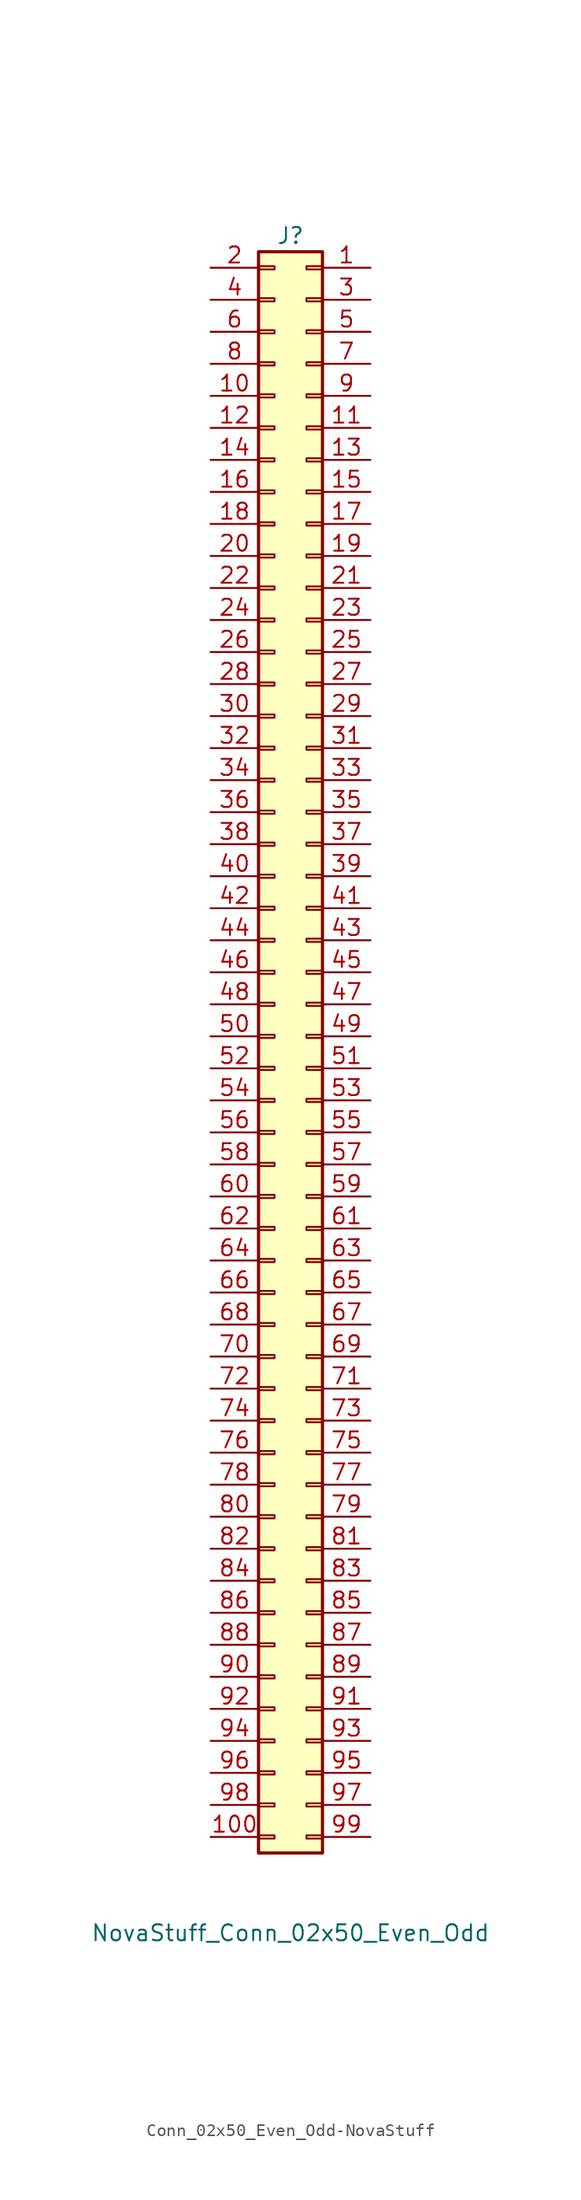
<source format=kicad_sym>
(kicad_symbol_lib
  (version 20220914)
  (generator kicad_symbol_editor)
  (symbol "Conn_02x50_Even_Odd-NovaStuff"
    (pin_names
      (offset 1.016) hide)
    (property "Reference" "J"
      (at 0 50.8 0)
      (effects (font (size 1.27 1.27))))
    (property "Value" "NovaStuff_Conn_02x50_Even_Odd"
      (at 0 -83.82 0)
      (effects (font (size 1.27 1.27))))
    (symbol "Conn_02x50_Even_Odd-NovaStuff_1_1"
      (rectangle (start -2.54 -76.073) (end -1.27 -76.327) (stroke (width 0.152) (type solid)) (fill (type none)))
      (rectangle (start -2.54 -73.533) (end -1.27 -73.787) (stroke (width 0.152) (type solid)) (fill (type none)))
      (rectangle (start -2.54 -70.993) (end -1.27 -71.247) (stroke (width 0.152) (type solid)) (fill (type none)))
      (rectangle (start -2.54 -68.453) (end -1.27 -68.707) (stroke (width 0.152) (type solid)) (fill (type none)))
      (rectangle (start -2.54 -65.913) (end -1.27 -66.167) (stroke (width 0.152) (type solid)) (fill (type none)))
      (rectangle (start -2.54 -63.373) (end -1.27 -63.627) (stroke (width 0.152) (type solid)) (fill (type none)))
      (rectangle (start -2.54 -60.833) (end -1.27 -61.087) (stroke (width 0.152) (type solid)) (fill (type none)))
      (rectangle (start -2.54 -58.293) (end -1.27 -58.547) (stroke (width 0.152) (type solid)) (fill (type none)))
      (rectangle (start -2.54 -55.753) (end -1.27 -56.007) (stroke (width 0.152) (type solid)) (fill (type none)))
      (rectangle (start -2.54 -53.213) (end -1.27 -53.467) (stroke (width 0.152) (type solid)) (fill (type none)))
      (rectangle (start -2.54 -50.673) (end -1.27 -50.927) (stroke (width 0.152) (type solid)) (fill (type none)))
      (rectangle (start -2.54 -48.133) (end -1.27 -48.387) (stroke (width 0.152) (type solid)) (fill (type none)))
      (rectangle (start -2.54 -45.593) (end -1.27 -45.847) (stroke (width 0.152) (type solid)) (fill (type none)))
      (rectangle (start -2.54 -43.053) (end -1.27 -43.307) (stroke (width 0.152) (type solid)) (fill (type none)))
      (rectangle (start -2.54 -40.513) (end -1.27 -40.767) (stroke (width 0.152) (type solid)) (fill (type none)))
      (rectangle (start -2.54 -37.973) (end -1.27 -38.227) (stroke (width 0.152) (type solid)) (fill (type none)))
      (rectangle (start -2.54 -35.433) (end -1.27 -35.687) (stroke (width 0.152) (type solid)) (fill (type none)))
      (rectangle (start -2.54 -32.893) (end -1.27 -33.147) (stroke (width 0.152) (type solid)) (fill (type none)))
      (rectangle (start -2.54 -30.353) (end -1.27 -30.607) (stroke (width 0.152) (type solid)) (fill (type none)))
      (rectangle (start -2.54 -27.813) (end -1.27 -28.067) (stroke (width 0.152) (type solid)) (fill (type none)))
      (rectangle (start -2.54 -25.273) (end -1.27 -25.527) (stroke (width 0.152) (type solid)) (fill (type none)))
      (rectangle (start -2.54 -22.733) (end -1.27 -22.987) (stroke (width 0.152) (type solid)) (fill (type none)))
      (rectangle (start -2.54 -20.193) (end -1.27 -20.447) (stroke (width 0.152) (type solid)) (fill (type none)))
      (rectangle (start -2.54 -17.653) (end -1.27 -17.907) (stroke (width 0.152) (type solid)) (fill (type none)))
      (rectangle (start -2.54 -15.113) (end -1.27 -15.367) (stroke (width 0.152) (type solid)) (fill (type none)))
      (rectangle (start -2.54 -12.573) (end -1.27 -12.827) (stroke (width 0.152) (type solid)) (fill (type none)))
      (rectangle (start -2.54 -10.033) (end -1.27 -10.287) (stroke (width 0.152) (type solid)) (fill (type none)))
      (rectangle (start -2.54 -7.493) (end -1.27 -7.747) (stroke (width 0.152) (type solid)) (fill (type none)))
      (rectangle (start -2.54 -4.953) (end -1.27 -5.207) (stroke (width 0.152) (type solid)) (fill (type none)))
      (rectangle (start -2.54 -2.413) (end -1.27 -2.667) (stroke (width 0.152) (type solid)) (fill (type none)))
      (rectangle (start -2.54 0.127) (end -1.27 -0.127) (stroke (width 0.152) (type solid)) (fill (type none)))
      (rectangle (start -2.54 2.667) (end -1.27 2.413) (stroke (width 0.152) (type solid)) (fill (type none)))
      (rectangle (start -2.54 5.207) (end -1.27 4.953) (stroke (width 0.152) (type solid)) (fill (type none)))
      (rectangle (start -2.54 7.747) (end -1.27 7.493) (stroke (width 0.152) (type solid)) (fill (type none)))
      (rectangle (start -2.54 10.287) (end -1.27 10.033) (stroke (width 0.152) (type solid)) (fill (type none)))
      (rectangle (start -2.54 12.827) (end -1.27 12.573) (stroke (width 0.152) (type solid)) (fill (type none)))
      (rectangle (start -2.54 15.367) (end -1.27 15.113) (stroke (width 0.152) (type solid)) (fill (type none)))
      (rectangle (start -2.54 17.907) (end -1.27 17.653) (stroke (width 0.152) (type solid)) (fill (type none)))
      (rectangle (start -2.54 20.447) (end -1.27 20.193) (stroke (width 0.152) (type solid)) (fill (type none)))
      (rectangle (start -2.54 22.987) (end -1.27 22.733) (stroke (width 0.152) (type solid)) (fill (type none)))
      (rectangle (start -2.54 25.527) (end -1.27 25.273) (stroke (width 0.152) (type solid)) (fill (type none)))
      (rectangle (start -2.54 28.067) (end -1.27 27.813) (stroke (width 0.152) (type solid)) (fill (type none)))
      (rectangle (start -2.54 30.607) (end -1.27 30.353) (stroke (width 0.152) (type solid)) (fill (type none)))
      (rectangle (start -2.54 33.147) (end -1.27 32.893) (stroke (width 0.152) (type solid)) (fill (type none)))
      (rectangle (start -2.54 35.687) (end -1.27 35.433) (stroke (width 0.152) (type solid)) (fill (type none)))
      (rectangle (start -2.54 38.227) (end -1.27 37.973) (stroke (width 0.152) (type solid)) (fill (type none)))
      (rectangle (start -2.54 40.767) (end -1.27 40.513) (stroke (width 0.152) (type solid)) (fill (type none)))
      (rectangle (start -2.54 43.307) (end -1.27 43.053) (stroke (width 0.152) (type solid)) (fill (type none)))
      (rectangle (start -2.54 45.847) (end -1.27 45.593) (stroke (width 0.152) (type solid)) (fill (type none)))
      (rectangle (start -2.54 48.387) (end -1.27 48.133) (stroke (width 0.152) (type solid)) (fill (type none)))
      (rectangle (start 2.54 -76.073) (end 1.27 -76.327) (stroke (width 0.152) (type solid)) (fill (type none)))
      (rectangle (start 2.54 -73.533) (end 1.27 -73.787) (stroke (width 0.152) (type solid)) (fill (type none)))
      (rectangle (start 2.54 -70.993) (end 1.27 -71.247) (stroke (width 0.152) (type solid)) (fill (type none)))
      (rectangle (start 2.54 -68.453) (end 1.27 -68.707) (stroke (width 0.152) (type solid)) (fill (type none)))
      (rectangle (start 2.54 -65.913) (end 1.27 -66.167) (stroke (width 0.152) (type solid)) (fill (type none)))
      (rectangle (start 2.54 -63.373) (end 1.27 -63.627) (stroke (width 0.152) (type solid)) (fill (type none)))
      (rectangle (start 2.54 -60.833) (end 1.27 -61.087) (stroke (width 0.152) (type solid)) (fill (type none)))
      (rectangle (start 2.54 -58.293) (end 1.27 -58.547) (stroke (width 0.152) (type solid)) (fill (type none)))
      (rectangle (start 2.54 -55.753) (end 1.27 -56.007) (stroke (width 0.152) (type solid)) (fill (type none)))
      (rectangle (start 2.54 -53.213) (end 1.27 -53.467) (stroke (width 0.152) (type solid)) (fill (type none)))
      (rectangle (start 2.54 -50.673) (end 1.27 -50.927) (stroke (width 0.152) (type solid)) (fill (type none)))
      (rectangle (start 2.54 -48.133) (end 1.27 -48.387) (stroke (width 0.152) (type solid)) (fill (type none)))
      (rectangle (start 2.54 -45.593) (end 1.27 -45.847) (stroke (width 0.152) (type solid)) (fill (type none)))
      (rectangle (start 2.54 -43.053) (end 1.27 -43.307) (stroke (width 0.152) (type solid)) (fill (type none)))
      (rectangle (start 2.54 -40.513) (end 1.27 -40.767) (stroke (width 0.152) (type solid)) (fill (type none)))
      (rectangle (start 2.54 -37.973) (end 1.27 -38.227) (stroke (width 0.152) (type solid)) (fill (type none)))
      (rectangle (start 2.54 -35.433) (end 1.27 -35.687) (stroke (width 0.152) (type solid)) (fill (type none)))
      (rectangle (start 2.54 -32.893) (end 1.27 -33.147) (stroke (width 0.152) (type solid)) (fill (type none)))
      (rectangle (start 2.54 -30.353) (end 1.27 -30.607) (stroke (width 0.152) (type solid)) (fill (type none)))
      (rectangle (start 2.54 -27.813) (end 1.27 -28.067) (stroke (width 0.152) (type solid)) (fill (type none)))
      (rectangle (start 2.54 -25.273) (end 1.27 -25.527) (stroke (width 0.152) (type solid)) (fill (type none)))
      (rectangle (start 2.54 -22.733) (end 1.27 -22.987) (stroke (width 0.152) (type solid)) (fill (type none)))
      (rectangle (start 2.54 -20.193) (end 1.27 -20.447) (stroke (width 0.152) (type solid)) (fill (type none)))
      (rectangle (start 2.54 -17.653) (end 1.27 -17.907) (stroke (width 0.152) (type solid)) (fill (type none)))
      (rectangle (start 2.54 -15.113) (end 1.27 -15.367) (stroke (width 0.152) (type solid)) (fill (type none)))
      (rectangle (start 2.54 -12.573) (end 1.27 -12.827) (stroke (width 0.152) (type solid)) (fill (type none)))
      (rectangle (start 2.54 -10.033) (end 1.27 -10.287) (stroke (width 0.152) (type solid)) (fill (type none)))
      (rectangle (start 2.54 -7.493) (end 1.27 -7.747) (stroke (width 0.152) (type solid)) (fill (type none)))
      (rectangle (start 2.54 -4.953) (end 1.27 -5.207) (stroke (width 0.152) (type solid)) (fill (type none)))
      (rectangle (start 2.54 -2.413) (end 1.27 -2.667) (stroke (width 0.152) (type solid)) (fill (type none)))
      (rectangle (start 2.54 0.127) (end 1.27 -0.127) (stroke (width 0.152) (type solid)) (fill (type none)))
      (rectangle (start 2.54 2.667) (end 1.27 2.413) (stroke (width 0.152) (type solid)) (fill (type none)))
      (rectangle (start 2.54 5.207) (end 1.27 4.953) (stroke (width 0.152) (type solid)) (fill (type none)))
      (rectangle (start 2.54 7.747) (end 1.27 7.493) (stroke (width 0.152) (type solid)) (fill (type none)))
      (rectangle (start 2.54 10.287) (end 1.27 10.033) (stroke (width 0.152) (type solid)) (fill (type none)))
      (rectangle (start 2.54 12.827) (end 1.27 12.573) (stroke (width 0.152) (type solid)) (fill (type none)))
      (rectangle (start 2.54 15.367) (end 1.27 15.113) (stroke (width 0.152) (type solid)) (fill (type none)))
      (rectangle (start 2.54 17.907) (end 1.27 17.653) (stroke (width 0.152) (type solid)) (fill (type none)))
      (rectangle (start 2.54 20.447) (end 1.27 20.193) (stroke (width 0.152) (type solid)) (fill (type none)))
      (rectangle (start 2.54 22.987) (end 1.27 22.733) (stroke (width 0.152) (type solid)) (fill (type none)))
      (rectangle (start 2.54 25.527) (end 1.27 25.273) (stroke (width 0.152) (type solid)) (fill (type none)))
      (rectangle (start 2.54 28.067) (end 1.27 27.813) (stroke (width 0.152) (type solid)) (fill (type none)))
      (rectangle (start 2.54 30.607) (end 1.27 30.353) (stroke (width 0.152) (type solid)) (fill (type none)))
      (rectangle (start 2.54 33.147) (end 1.27 32.893) (stroke (width 0.152) (type solid)) (fill (type none)))
      (rectangle (start 2.54 35.687) (end 1.27 35.433) (stroke (width 0.152) (type solid)) (fill (type none)))
      (rectangle (start 2.54 38.227) (end 1.27 37.973) (stroke (width 0.152) (type solid)) (fill (type none)))
      (rectangle (start 2.54 40.767) (end 1.27 40.513) (stroke (width 0.152) (type solid)) (fill (type none)))
      (rectangle (start 2.54 43.307) (end 1.27 43.053) (stroke (width 0.152) (type solid)) (fill (type none)))
      (rectangle (start 2.54 45.847) (end 1.27 45.593) (stroke (width 0.152) (type solid)) (fill (type none)))
      (rectangle (start 2.54 48.387) (end 1.27 48.133) (stroke (width 0.152) (type solid)) (fill (type none)))
      (rectangle (start 2.54 49.53) (end -2.54 -77.47) (stroke (width 0.254) (type solid)) (fill (type background)))
      (pin passive line (at 6.35 48.26 180) (length 3.81) (name "Pin_1" (effects (font (size 1.27 1.27)))) (number "1" (effects (font (size 1.27 1.27)))))
      (pin passive line (at -6.35 38.1 0) (length 3.81) (name "Pin_10" (effects (font (size 1.27 1.27)))) (number "10" (effects (font (size 1.27 1.27)))))
      (pin passive line (at -6.35 -76.2 0) (length 3.81) (name "Pin_100" (effects (font (size 1.27 1.27)))) (number "100" (effects (font (size 1.27 1.27)))))
      (pin passive line (at 6.35 35.56 180) (length 3.81) (name "Pin_11" (effects (font (size 1.27 1.27)))) (number "11" (effects (font (size 1.27 1.27)))))
      (pin passive line (at -6.35 35.56 0) (length 3.81) (name "Pin_12" (effects (font (size 1.27 1.27)))) (number "12" (effects (font (size 1.27 1.27)))))
      (pin passive line (at 6.35 33.02 180) (length 3.81) (name "Pin_13" (effects (font (size 1.27 1.27)))) (number "13" (effects (font (size 1.27 1.27)))))
      (pin passive line (at -6.35 33.02 0) (length 3.81) (name "Pin_14" (effects (font (size 1.27 1.27)))) (number "14" (effects (font (size 1.27 1.27)))))
      (pin passive line (at 6.35 30.48 180) (length 3.81) (name "Pin_15" (effects (font (size 1.27 1.27)))) (number "15" (effects (font (size 1.27 1.27)))))
      (pin passive line (at -6.35 30.48 0) (length 3.81) (name "Pin_16" (effects (font (size 1.27 1.27)))) (number "16" (effects (font (size 1.27 1.27)))))
      (pin passive line (at 6.35 27.94 180) (length 3.81) (name "Pin_17" (effects (font (size 1.27 1.27)))) (number "17" (effects (font (size 1.27 1.27)))))
      (pin passive line (at -6.35 27.94 0) (length 3.81) (name "Pin_18" (effects (font (size 1.27 1.27)))) (number "18" (effects (font (size 1.27 1.27)))))
      (pin passive line (at 6.35 25.4 180) (length 3.81) (name "Pin_19" (effects (font (size 1.27 1.27)))) (number "19" (effects (font (size 1.27 1.27)))))
      (pin passive line (at -6.35 48.26 0) (length 3.81) (name "Pin_2" (effects (font (size 1.27 1.27)))) (number "2" (effects (font (size 1.27 1.27)))))
      (pin passive line (at -6.35 25.4 0) (length 3.81) (name "Pin_20" (effects (font (size 1.27 1.27)))) (number "20" (effects (font (size 1.27 1.27)))))
      (pin passive line (at 6.35 22.86 180) (length 3.81) (name "Pin_21" (effects (font (size 1.27 1.27)))) (number "21" (effects (font (size 1.27 1.27)))))
      (pin passive line (at -6.35 22.86 0) (length 3.81) (name "Pin_22" (effects (font (size 1.27 1.27)))) (number "22" (effects (font (size 1.27 1.27)))))
      (pin passive line (at 6.35 20.32 180) (length 3.81) (name "Pin_23" (effects (font (size 1.27 1.27)))) (number "23" (effects (font (size 1.27 1.27)))))
      (pin passive line (at -6.35 20.32 0) (length 3.81) (name "Pin_24" (effects (font (size 1.27 1.27)))) (number "24" (effects (font (size 1.27 1.27)))))
      (pin passive line (at 6.35 17.78 180) (length 3.81) (name "Pin_25" (effects (font (size 1.27 1.27)))) (number "25" (effects (font (size 1.27 1.27)))))
      (pin passive line (at -6.35 17.78 0) (length 3.81) (name "Pin_26" (effects (font (size 1.27 1.27)))) (number "26" (effects (font (size 1.27 1.27)))))
      (pin passive line (at 6.35 15.24 180) (length 3.81) (name "Pin_27" (effects (font (size 1.27 1.27)))) (number "27" (effects (font (size 1.27 1.27)))))
      (pin passive line (at -6.35 15.24 0) (length 3.81) (name "Pin_28" (effects (font (size 1.27 1.27)))) (number "28" (effects (font (size 1.27 1.27)))))
      (pin passive line (at 6.35 12.7 180) (length 3.81) (name "Pin_29" (effects (font (size 1.27 1.27)))) (number "29" (effects (font (size 1.27 1.27)))))
      (pin passive line (at 6.35 45.72 180) (length 3.81) (name "Pin_3" (effects (font (size 1.27 1.27)))) (number "3" (effects (font (size 1.27 1.27)))))
      (pin passive line (at -6.35 12.7 0) (length 3.81) (name "Pin_30" (effects (font (size 1.27 1.27)))) (number "30" (effects (font (size 1.27 1.27)))))
      (pin passive line (at 6.35 10.16 180) (length 3.81) (name "Pin_31" (effects (font (size 1.27 1.27)))) (number "31" (effects (font (size 1.27 1.27)))))
      (pin passive line (at -6.35 10.16 0) (length 3.81) (name "Pin_32" (effects (font (size 1.27 1.27)))) (number "32" (effects (font (size 1.27 1.27)))))
      (pin passive line (at 6.35 7.62 180) (length 3.81) (name "Pin_33" (effects (font (size 1.27 1.27)))) (number "33" (effects (font (size 1.27 1.27)))))
      (pin passive line (at -6.35 7.62 0) (length 3.81) (name "Pin_34" (effects (font (size 1.27 1.27)))) (number "34" (effects (font (size 1.27 1.27)))))
      (pin passive line (at 6.35 5.08 180) (length 3.81) (name "Pin_35" (effects (font (size 1.27 1.27)))) (number "35" (effects (font (size 1.27 1.27)))))
      (pin passive line (at -6.35 5.08 0) (length 3.81) (name "Pin_36" (effects (font (size 1.27 1.27)))) (number "36" (effects (font (size 1.27 1.27)))))
      (pin passive line (at 6.35 2.54 180) (length 3.81) (name "Pin_37" (effects (font (size 1.27 1.27)))) (number "37" (effects (font (size 1.27 1.27)))))
      (pin passive line (at -6.35 2.54 0) (length 3.81) (name "Pin_38" (effects (font (size 1.27 1.27)))) (number "38" (effects (font (size 1.27 1.27)))))
      (pin passive line (at 6.35 0 180) (length 3.81) (name "Pin_39" (effects (font (size 1.27 1.27)))) (number "39" (effects (font (size 1.27 1.27)))))
      (pin passive line (at -6.35 45.72 0) (length 3.81) (name "Pin_4" (effects (font (size 1.27 1.27)))) (number "4" (effects (font (size 1.27 1.27)))))
      (pin passive line (at -6.35 0 0) (length 3.81) (name "Pin_40" (effects (font (size 1.27 1.27)))) (number "40" (effects (font (size 1.27 1.27)))))
      (pin passive line (at 6.35 -2.54 180) (length 3.81) (name "Pin_41" (effects (font (size 1.27 1.27)))) (number "41" (effects (font (size 1.27 1.27)))))
      (pin passive line (at -6.35 -2.54 0) (length 3.81) (name "Pin_42" (effects (font (size 1.27 1.27)))) (number "42" (effects (font (size 1.27 1.27)))))
      (pin passive line (at 6.35 -5.08 180) (length 3.81) (name "Pin_43" (effects (font (size 1.27 1.27)))) (number "43" (effects (font (size 1.27 1.27)))))
      (pin passive line (at -6.35 -5.08 0) (length 3.81) (name "Pin_44" (effects (font (size 1.27 1.27)))) (number "44" (effects (font (size 1.27 1.27)))))
      (pin passive line (at 6.35 -7.62 180) (length 3.81) (name "Pin_45" (effects (font (size 1.27 1.27)))) (number "45" (effects (font (size 1.27 1.27)))))
      (pin passive line (at -6.35 -7.62 0) (length 3.81) (name "Pin_46" (effects (font (size 1.27 1.27)))) (number "46" (effects (font (size 1.27 1.27)))))
      (pin passive line (at 6.35 -10.16 180) (length 3.81) (name "Pin_47" (effects (font (size 1.27 1.27)))) (number "47" (effects (font (size 1.27 1.27)))))
      (pin passive line (at -6.35 -10.16 0) (length 3.81) (name "Pin_48" (effects (font (size 1.27 1.27)))) (number "48" (effects (font (size 1.27 1.27)))))
      (pin passive line (at 6.35 -12.7 180) (length 3.81) (name "Pin_49" (effects (font (size 1.27 1.27)))) (number "49" (effects (font (size 1.27 1.27)))))
      (pin passive line (at 6.35 43.18 180) (length 3.81) (name "Pin_5" (effects (font (size 1.27 1.27)))) (number "5" (effects (font (size 1.27 1.27)))))
      (pin passive line (at -6.35 -12.7 0) (length 3.81) (name "Pin_50" (effects (font (size 1.27 1.27)))) (number "50" (effects (font (size 1.27 1.27)))))
      (pin passive line (at 6.35 -15.24 180) (length 3.81) (name "Pin_51" (effects (font (size 1.27 1.27)))) (number "51" (effects (font (size 1.27 1.27)))))
      (pin passive line (at -6.35 -15.24 0) (length 3.81) (name "Pin_52" (effects (font (size 1.27 1.27)))) (number "52" (effects (font (size 1.27 1.27)))))
      (pin passive line (at 6.35 -17.78 180) (length 3.81) (name "Pin_53" (effects (font (size 1.27 1.27)))) (number "53" (effects (font (size 1.27 1.27)))))
      (pin passive line (at -6.35 -17.78 0) (length 3.81) (name "Pin_54" (effects (font (size 1.27 1.27)))) (number "54" (effects (font (size 1.27 1.27)))))
      (pin passive line (at 6.35 -20.32 180) (length 3.81) (name "Pin_55" (effects (font (size 1.27 1.27)))) (number "55" (effects (font (size 1.27 1.27)))))
      (pin passive line (at -6.35 -20.32 0) (length 3.81) (name "Pin_56" (effects (font (size 1.27 1.27)))) (number "56" (effects (font (size 1.27 1.27)))))
      (pin passive line (at 6.35 -22.86 180) (length 3.81) (name "Pin_57" (effects (font (size 1.27 1.27)))) (number "57" (effects (font (size 1.27 1.27)))))
      (pin passive line (at -6.35 -22.86 0) (length 3.81) (name "Pin_58" (effects (font (size 1.27 1.27)))) (number "58" (effects (font (size 1.27 1.27)))))
      (pin passive line (at 6.35 -25.4 180) (length 3.81) (name "Pin_59" (effects (font (size 1.27 1.27)))) (number "59" (effects (font (size 1.27 1.27)))))
      (pin passive line (at -6.35 43.18 0) (length 3.81) (name "Pin_6" (effects (font (size 1.27 1.27)))) (number "6" (effects (font (size 1.27 1.27)))))
      (pin passive line (at -6.35 -25.4 0) (length 3.81) (name "Pin_60" (effects (font (size 1.27 1.27)))) (number "60" (effects (font (size 1.27 1.27)))))
      (pin passive line (at 6.35 -27.94 180) (length 3.81) (name "Pin_61" (effects (font (size 1.27 1.27)))) (number "61" (effects (font (size 1.27 1.27)))))
      (pin passive line (at -6.35 -27.94 0) (length 3.81) (name "Pin_62" (effects (font (size 1.27 1.27)))) (number "62" (effects (font (size 1.27 1.27)))))
      (pin passive line (at 6.35 -30.48 180) (length 3.81) (name "Pin_63" (effects (font (size 1.27 1.27)))) (number "63" (effects (font (size 1.27 1.27)))))
      (pin passive line (at -6.35 -30.48 0) (length 3.81) (name "Pin_64" (effects (font (size 1.27 1.27)))) (number "64" (effects (font (size 1.27 1.27)))))
      (pin passive line (at 6.35 -33.02 180) (length 3.81) (name "Pin_65" (effects (font (size 1.27 1.27)))) (number "65" (effects (font (size 1.27 1.27)))))
      (pin passive line (at -6.35 -33.02 0) (length 3.81) (name "Pin_66" (effects (font (size 1.27 1.27)))) (number "66" (effects (font (size 1.27 1.27)))))
      (pin passive line (at 6.35 -35.56 180) (length 3.81) (name "Pin_67" (effects (font (size 1.27 1.27)))) (number "67" (effects (font (size 1.27 1.27)))))
      (pin passive line (at -6.35 -35.56 0) (length 3.81) (name "Pin_68" (effects (font (size 1.27 1.27)))) (number "68" (effects (font (size 1.27 1.27)))))
      (pin passive line (at 6.35 -38.1 180) (length 3.81) (name "Pin_69" (effects (font (size 1.27 1.27)))) (number "69" (effects (font (size 1.27 1.27)))))
      (pin passive line (at 6.35 40.64 180) (length 3.81) (name "Pin_7" (effects (font (size 1.27 1.27)))) (number "7" (effects (font (size 1.27 1.27)))))
      (pin passive line (at -6.35 -38.1 0) (length 3.81) (name "Pin_70" (effects (font (size 1.27 1.27)))) (number "70" (effects (font (size 1.27 1.27)))))
      (pin passive line (at 6.35 -40.64 180) (length 3.81) (name "Pin_71" (effects (font (size 1.27 1.27)))) (number "71" (effects (font (size 1.27 1.27)))))
      (pin passive line (at -6.35 -40.64 0) (length 3.81) (name "Pin_72" (effects (font (size 1.27 1.27)))) (number "72" (effects (font (size 1.27 1.27)))))
      (pin passive line (at 6.35 -43.18 180) (length 3.81) (name "Pin_73" (effects (font (size 1.27 1.27)))) (number "73" (effects (font (size 1.27 1.27)))))
      (pin passive line (at -6.35 -43.18 0) (length 3.81) (name "Pin_74" (effects (font (size 1.27 1.27)))) (number "74" (effects (font (size 1.27 1.27)))))
      (pin passive line (at 6.35 -45.72 180) (length 3.81) (name "Pin_75" (effects (font (size 1.27 1.27)))) (number "75" (effects (font (size 1.27 1.27)))))
      (pin passive line (at -6.35 -45.72 0) (length 3.81) (name "Pin_76" (effects (font (size 1.27 1.27)))) (number "76" (effects (font (size 1.27 1.27)))))
      (pin passive line (at 6.35 -48.26 180) (length 3.81) (name "Pin_77" (effects (font (size 1.27 1.27)))) (number "77" (effects (font (size 1.27 1.27)))))
      (pin passive line (at -6.35 -48.26 0) (length 3.81) (name "Pin_78" (effects (font (size 1.27 1.27)))) (number "78" (effects (font (size 1.27 1.27)))))
      (pin passive line (at 6.35 -50.8 180) (length 3.81) (name "Pin_79" (effects (font (size 1.27 1.27)))) (number "79" (effects (font (size 1.27 1.27)))))
      (pin passive line (at -6.35 40.64 0) (length 3.81) (name "Pin_8" (effects (font (size 1.27 1.27)))) (number "8" (effects (font (size 1.27 1.27)))))
      (pin passive line (at -6.35 -50.8 0) (length 3.81) (name "Pin_80" (effects (font (size 1.27 1.27)))) (number "80" (effects (font (size 1.27 1.27)))))
      (pin passive line (at 6.35 -53.34 180) (length 3.81) (name "Pin_81" (effects (font (size 1.27 1.27)))) (number "81" (effects (font (size 1.27 1.27)))))
      (pin passive line (at -6.35 -53.34 0) (length 3.81) (name "Pin_82" (effects (font (size 1.27 1.27)))) (number "82" (effects (font (size 1.27 1.27)))))
      (pin passive line (at 6.35 -55.88 180) (length 3.81) (name "Pin_83" (effects (font (size 1.27 1.27)))) (number "83" (effects (font (size 1.27 1.27)))))
      (pin passive line (at -6.35 -55.88 0) (length 3.81) (name "Pin_84" (effects (font (size 1.27 1.27)))) (number "84" (effects (font (size 1.27 1.27)))))
      (pin passive line (at 6.35 -58.42 180) (length 3.81) (name "Pin_85" (effects (font (size 1.27 1.27)))) (number "85" (effects (font (size 1.27 1.27)))))
      (pin passive line (at -6.35 -58.42 0) (length 3.81) (name "Pin_86" (effects (font (size 1.27 1.27)))) (number "86" (effects (font (size 1.27 1.27)))))
      (pin passive line (at 6.35 -60.96 180) (length 3.81) (name "Pin_87" (effects (font (size 1.27 1.27)))) (number "87" (effects (font (size 1.27 1.27)))))
      (pin passive line (at -6.35 -60.96 0) (length 3.81) (name "Pin_88" (effects (font (size 1.27 1.27)))) (number "88" (effects (font (size 1.27 1.27)))))
      (pin passive line (at 6.35 -63.5 180) (length 3.81) (name "Pin_89" (effects (font (size 1.27 1.27)))) (number "89" (effects (font (size 1.27 1.27)))))
      (pin passive line (at 6.35 38.1 180) (length 3.81) (name "Pin_9" (effects (font (size 1.27 1.27)))) (number "9" (effects (font (size 1.27 1.27)))))
      (pin passive line (at -6.35 -63.5 0) (length 3.81) (name "Pin_90" (effects (font (size 1.27 1.27)))) (number "90" (effects (font (size 1.27 1.27)))))
      (pin passive line (at 6.35 -66.04 180) (length 3.81) (name "Pin_91" (effects (font (size 1.27 1.27)))) (number "91" (effects (font (size 1.27 1.27)))))
      (pin passive line (at -6.35 -66.04 0) (length 3.81) (name "Pin_92" (effects (font (size 1.27 1.27)))) (number "92" (effects (font (size 1.27 1.27)))))
      (pin passive line (at 6.35 -68.58 180) (length 3.81) (name "Pin_93" (effects (font (size 1.27 1.27)))) (number "93" (effects (font (size 1.27 1.27)))))
      (pin passive line (at -6.35 -68.58 0) (length 3.81) (name "Pin_94" (effects (font (size 1.27 1.27)))) (number "94" (effects (font (size 1.27 1.27)))))
      (pin passive line (at 6.35 -71.12 180) (length 3.81) (name "Pin_95" (effects (font (size 1.27 1.27)))) (number "95" (effects (font (size 1.27 1.27)))))
      (pin passive line (at -6.35 -71.12 0) (length 3.81) (name "Pin_96" (effects (font (size 1.27 1.27)))) (number "96" (effects (font (size 1.27 1.27)))))
      (pin passive line (at 6.35 -73.66 180) (length 3.81) (name "Pin_97" (effects (font (size 1.27 1.27)))) (number "97" (effects (font (size 1.27 1.27)))))
      (pin passive line (at -6.35 -73.66 0) (length 3.81) (name "Pin_98" (effects (font (size 1.27 1.27)))) (number "98" (effects (font (size 1.27 1.27)))))
      (pin passive line (at 6.35 -76.2 180) (length 3.81) (name "Pin_99" (effects (font (size 1.27 1.27)))) (number "99" (effects (font (size 1.27 1.27))))))))
</source>
